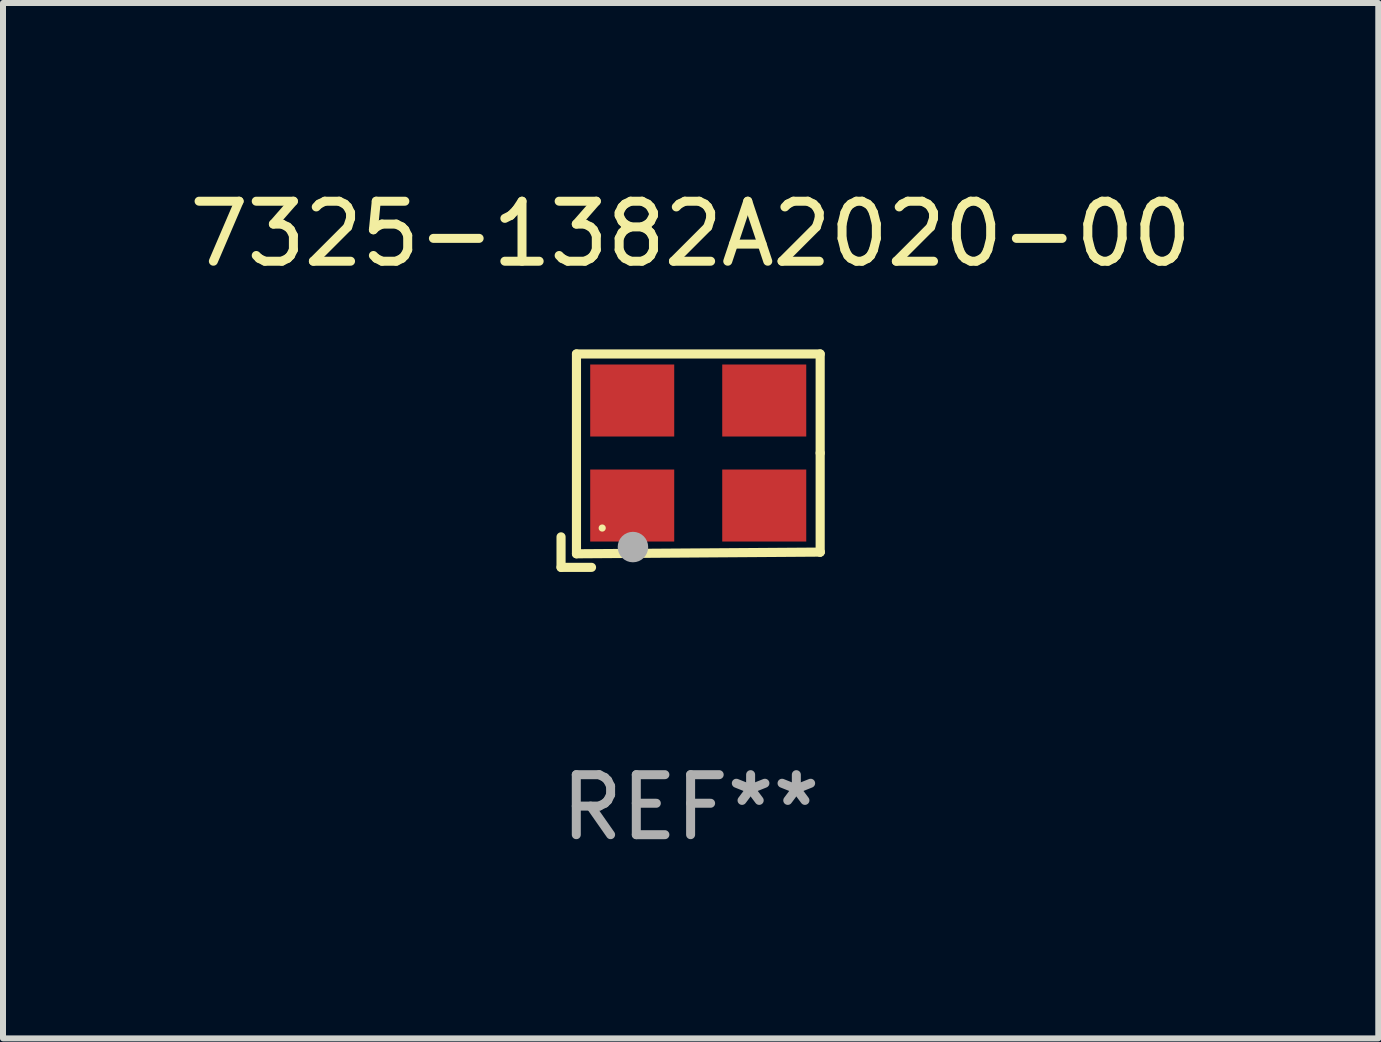
<source format=kicad_pcb>
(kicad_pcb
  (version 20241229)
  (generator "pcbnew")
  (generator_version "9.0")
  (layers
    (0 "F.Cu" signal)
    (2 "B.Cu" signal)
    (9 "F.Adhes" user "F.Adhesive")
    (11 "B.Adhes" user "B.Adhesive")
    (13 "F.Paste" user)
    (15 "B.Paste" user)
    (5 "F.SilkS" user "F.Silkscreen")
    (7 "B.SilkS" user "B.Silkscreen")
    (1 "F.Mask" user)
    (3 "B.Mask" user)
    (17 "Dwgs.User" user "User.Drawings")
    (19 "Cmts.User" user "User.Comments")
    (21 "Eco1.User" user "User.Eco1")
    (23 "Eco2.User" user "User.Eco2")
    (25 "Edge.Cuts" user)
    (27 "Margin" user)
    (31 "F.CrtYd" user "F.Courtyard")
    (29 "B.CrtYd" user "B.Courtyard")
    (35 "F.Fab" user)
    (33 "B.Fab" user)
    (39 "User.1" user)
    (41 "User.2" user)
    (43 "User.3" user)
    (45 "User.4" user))
  (footprint "7325-1382A2020-00"
    (layer "F.Cu")
    (at 8.458 4.626)
    (property "Reference" "7325-1382A2020-00" (at 0 -3.778 0) (layer "F.SilkS") (effects (font (size 1 1) (thickness 0.15))))
    (attr through_hole)
    (fp_line (start -2.159 1.27) (end -2.159 1.778) (stroke (width 0.152) (type solid)) (layer "F.SilkS"))
    (fp_line (start -2.159 1.778) (end -1.651 1.778) (stroke (width 0.152) (type solid)) (layer "F.SilkS"))
    (fp_line (start -1.902 -1.778) (end 2.159 -1.778) (stroke (width 0.152) (type solid)) (layer "F.SilkS"))
    (fp_line (start -1.902 1.552) (end -1.902 -1.778) (stroke (width 0.152) (type solid)) (layer "F.SilkS"))
    (fp_line (start 2.159 -1.778) (end 2.159 -0.127) (stroke (width 0.152) (type solid)) (layer "F.SilkS"))
    (fp_line (start 2.159 -0.127) (end 2.159 1.524) (stroke (width 0.152) (type solid)) (layer "F.SilkS"))
    (fp_line (start 2.159 1.524) (end -1.902 1.552) (stroke (width 0.152) (type solid)) (layer "F.SilkS"))
    (fp_line (start 2.159 1.524) (end 2.159 1.524) (stroke (width 0.152) (type solid)) (layer "F.SilkS"))
    (fp_circle (center -1.473 1.123) (end -1.443 1.123) (stroke (width 0.06) (type solid)) (fill no) (layer "F.SilkS"))
    (fp_circle (center -0.961 1.44) (end -0.834 1.44) (stroke (width 0.254) (type solid)) (fill no) (layer "F.Fab"))
    (fp_text user "REF**" (at 0 5.778 0) (layer "F.Fab") (effects (font (size 1 1) (thickness 0.15))))
    (pad "1" smd rect (at -0.973 0.748) (size 1.4 1.2) (layers "F.Cu" "F.Mask" "F.Paste"))
    (pad "2" smd rect (at 1.227 0.748) (size 1.4 1.2) (layers "F.Cu" "F.Mask" "F.Paste"))
    (pad "3" smd rect (at 1.227 -1.002) (size 1.4 1.2) (layers "F.Cu" "F.Mask" "F.Paste"))
    (pad "4" smd rect (at -0.973 -1.002) (size 1.4 1.2) (layers "F.Cu" "F.Mask" "F.Paste")))
  (gr_rect
    (start -3 -3)
    (end 19.917 14.253)
    (stroke (width 0.1) (type default))
    (fill no)
    (layer "Edge.Cuts")))
</source>
